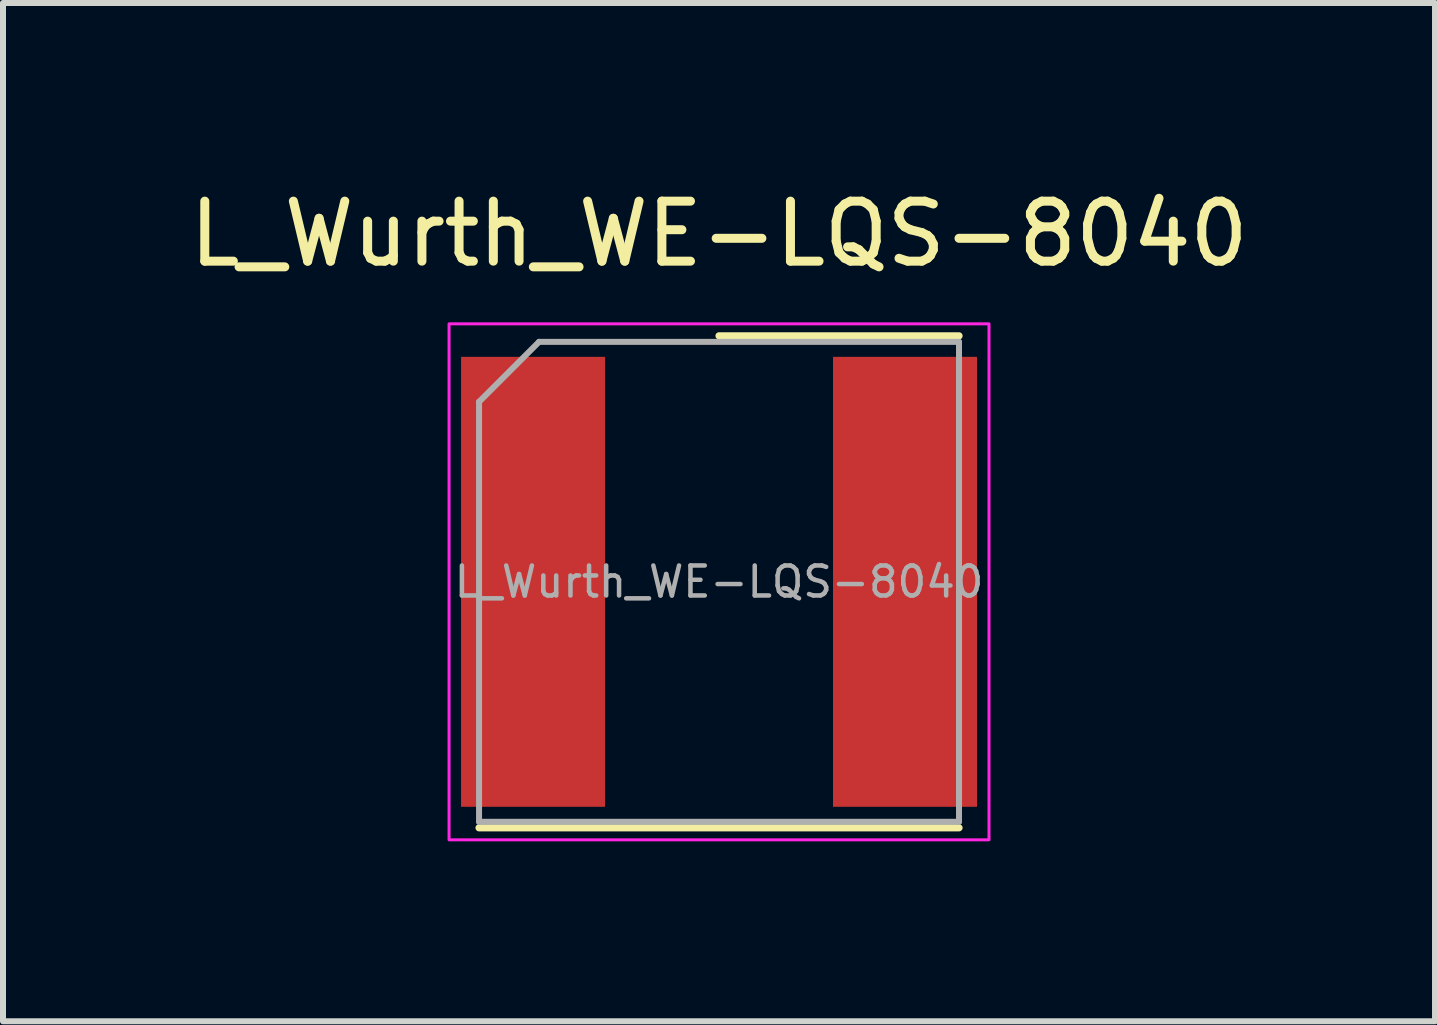
<source format=kicad_pcb>
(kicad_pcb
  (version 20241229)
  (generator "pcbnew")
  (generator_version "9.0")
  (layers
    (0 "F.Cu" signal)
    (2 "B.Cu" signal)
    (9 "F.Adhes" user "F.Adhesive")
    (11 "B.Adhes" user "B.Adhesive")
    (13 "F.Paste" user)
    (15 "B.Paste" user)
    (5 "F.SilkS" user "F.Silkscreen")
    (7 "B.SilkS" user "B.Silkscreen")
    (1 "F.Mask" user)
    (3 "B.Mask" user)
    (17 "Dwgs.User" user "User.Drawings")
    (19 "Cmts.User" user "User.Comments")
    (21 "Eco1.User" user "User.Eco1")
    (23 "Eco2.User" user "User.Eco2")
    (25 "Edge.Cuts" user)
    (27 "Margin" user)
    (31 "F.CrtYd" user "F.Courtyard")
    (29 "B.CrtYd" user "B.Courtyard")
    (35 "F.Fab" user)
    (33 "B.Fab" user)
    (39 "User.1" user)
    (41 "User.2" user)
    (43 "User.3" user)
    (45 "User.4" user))
  (footprint "L_Wurth_WE-LQS-8040"
    (layer "F.Cu")
    (at 8.935 6.648)
    (property "Reference" "L_Wurth_WE-LQS-8040" (at 0 -5.8 0) (unlocked yes) (layer "F.SilkS") (effects (font (size 1 1) (thickness 0.15))))
    (attr smd)
    (fp_line (start -4 4.1) (end 4 4.1) (stroke (width 0.12) (type solid)) (layer "F.SilkS"))
    (fp_line (start 0 -4.1) (end 4 -4.1) (stroke (width 0.12) (type solid)) (layer "F.SilkS"))
    (fp_rect (start -4.5 -4.3) (end 4.5 4.3) (stroke (width 0.05) (type solid)) (fill no) (layer "F.CrtYd"))
    (fp_line (start -4 -3) (end -4 4) (stroke (width 0.1) (type solid)) (layer "F.Fab"))
    (fp_line (start -4 4) (end 4 4) (stroke (width 0.1) (type solid)) (layer "F.Fab"))
    (fp_line (start -3 -4) (end -4 -3) (stroke (width 0.1) (type solid)) (layer "F.Fab"))
    (fp_line (start -3 -4) (end 4 -4) (stroke (width 0.1) (type solid)) (layer "F.Fab"))
    (fp_line (start 4 -4) (end 4 4) (stroke (width 0.1) (type solid)) (layer "F.Fab"))
    (fp_text user "${REFERENCE}" (at 0 0 0) (unlocked yes) (layer "F.Fab") (effects (font (size 0.5 0.5) (thickness 0.075))))
    (pad "1" smd rect (at -3.1 0) (size 2.4 7.5) (layers "F.Cu" "F.Mask" "F.Paste"))
    (pad "2" smd rect (at 3.1 0) (size 2.4 7.5) (layers "F.Cu" "F.Mask" "F.Paste")))
  (gr_rect
    (start -3 -3)
    (end 20.869 13.973)
    (stroke (width 0.1) (type default))
    (fill no)
    (layer "Edge.Cuts")))
</source>
